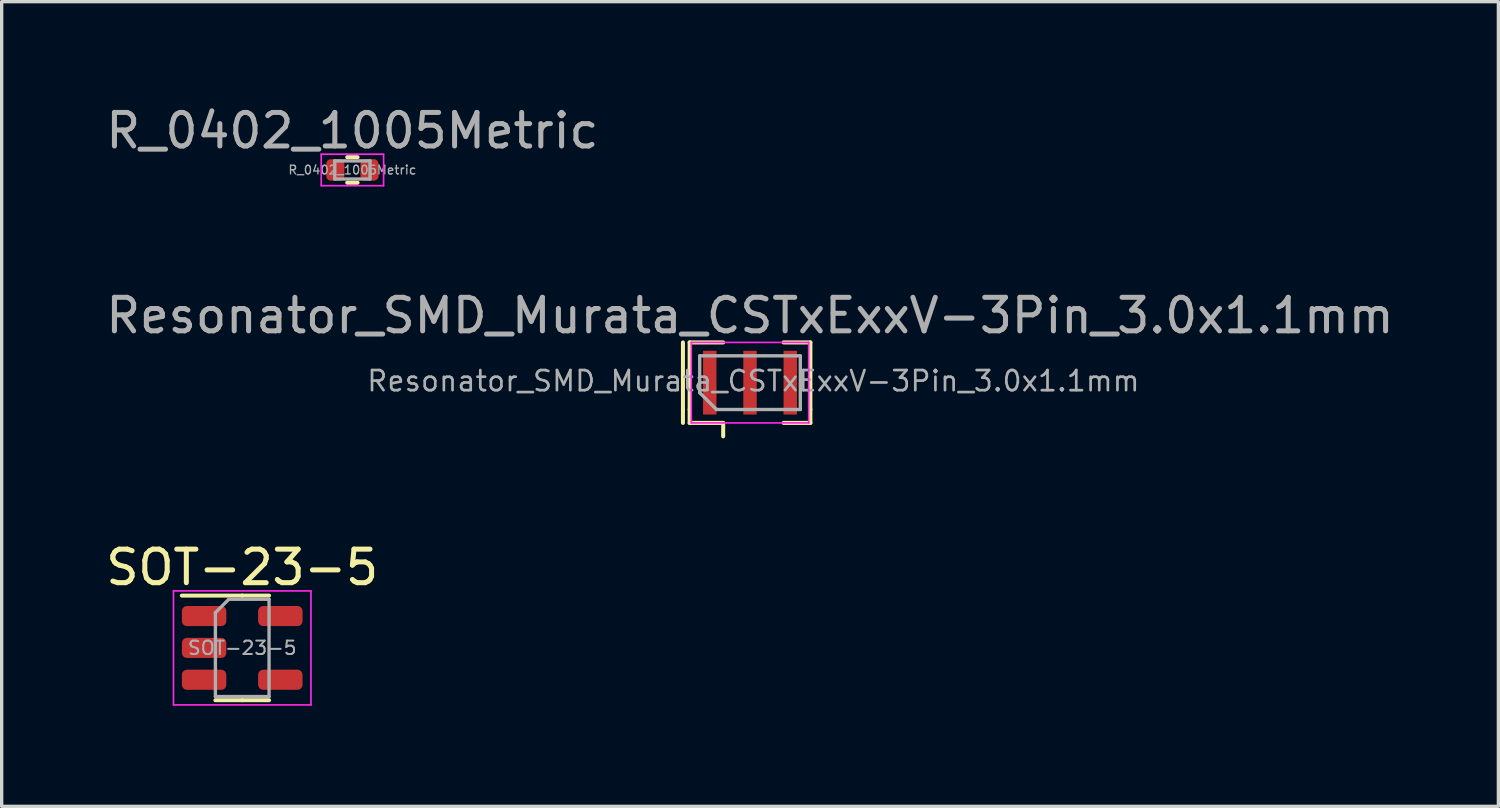
<source format=kicad_pcb>
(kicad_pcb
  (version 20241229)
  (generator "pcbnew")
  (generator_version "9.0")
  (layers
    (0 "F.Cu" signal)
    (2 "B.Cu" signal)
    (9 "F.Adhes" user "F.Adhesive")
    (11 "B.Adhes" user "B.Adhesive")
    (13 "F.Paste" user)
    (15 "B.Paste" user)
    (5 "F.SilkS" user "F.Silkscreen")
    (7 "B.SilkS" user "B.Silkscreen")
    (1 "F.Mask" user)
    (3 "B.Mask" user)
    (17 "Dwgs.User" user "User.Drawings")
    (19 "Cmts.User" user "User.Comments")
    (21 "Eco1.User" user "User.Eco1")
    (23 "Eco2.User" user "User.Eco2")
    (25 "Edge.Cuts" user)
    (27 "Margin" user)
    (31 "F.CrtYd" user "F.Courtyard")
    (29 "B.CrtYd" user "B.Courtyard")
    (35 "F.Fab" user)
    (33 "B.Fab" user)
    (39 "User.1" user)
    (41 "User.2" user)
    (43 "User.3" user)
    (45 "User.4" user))
  (footprint "Resonator_SMD_Murata_CSTxExxV-3Pin_3.0x1.1mm"
    (layer "F.Cu")
    (at 19.315 8.361)
    (property "Reference" "Resonator_SMD_Murata_CSTxExxV-3Pin_3.0x1.1mm" (at 0 -2 0) (layer "F.Fab") (effects (font (size 1 1) (thickness 0.15))))
    (attr smd)
    (fp_line (start -2 -1.2) (end -2 0.8) (stroke (width 0.12) (type solid)) (layer "F.SilkS"))
    (fp_line (start -2 0.8) (end -2 1.2) (stroke (width 0.12) (type solid)) (layer "F.SilkS"))
    (fp_line (start -1.8 -1.2) (end -0.8 -1.2) (stroke (width 0.12) (type solid)) (layer "F.SilkS"))
    (fp_line (start -1.8 0.8) (end -1.8 -1.2) (stroke (width 0.12) (type solid)) (layer "F.SilkS"))
    (fp_line (start -1.8 0.8) (end -1.8 1.2) (stroke (width 0.12) (type solid)) (layer "F.SilkS"))
    (fp_line (start -0.8 1.2) (end -1.8 1.2) (stroke (width 0.12) (type solid)) (layer "F.SilkS"))
    (fp_line (start -0.8 1.2) (end -0.8 1.6) (stroke (width 0.12) (type solid)) (layer "F.SilkS"))
    (fp_line (start 1 -1.2) (end 1.8 -1.2) (stroke (width 0.12) (type solid)) (layer "F.SilkS"))
    (fp_line (start 1.8 -1.2) (end 1.8 0.8) (stroke (width 0.12) (type solid)) (layer "F.SilkS"))
    (fp_line (start 1.8 0.8) (end 1.8 1.2) (stroke (width 0.12) (type solid)) (layer "F.SilkS"))
    (fp_line (start 1.8 1.2) (end 1 1.2) (stroke (width 0.12) (type solid)) (layer "F.SilkS"))
    (fp_line (start -1.75 -1.2) (end 1.75 -1.2) (stroke (width 0.05) (type solid)) (layer "F.CrtYd"))
    (fp_line (start -1.75 1.2) (end -1.75 -1.2) (stroke (width 0.05) (type solid)) (layer "F.CrtYd"))
    (fp_line (start 1.75 -1.2) (end 1.75 1.2) (stroke (width 0.05) (type solid)) (layer "F.CrtYd"))
    (fp_line (start 1.75 1.2) (end -1.75 1.2) (stroke (width 0.05) (type solid)) (layer "F.CrtYd"))
    (fp_line (start -1.5 0.3) (end -1.5 -0.8) (stroke (width 0.1) (type solid)) (layer "F.Fab"))
    (fp_line (start -1 0.8) (end -1.5 0.3) (stroke (width 0.1) (type solid)) (layer "F.Fab"))
    (fp_line (start -1 0.8) (end 1.5 0.8) (stroke (width 0.1) (type solid)) (layer "F.Fab"))
    (fp_line (start 1.5 -0.8) (end -1.5 -0.8) (stroke (width 0.1) (type solid)) (layer "F.Fab"))
    (fp_line (start 1.5 0.8) (end 1.5 -0.8) (stroke (width 0.1) (type solid)) (layer "F.Fab"))
    (fp_text user "${REFERENCE}" (at 0.1 -0.05 0) (layer "F.Fab") (effects (font (size 0.6 0.6) (thickness 0.08))))
    (pad "1" smd rect (at -1.2 0) (size 0.4 1.9) (layers "F.Cu" "F.Mask" "F.Paste"))
    (pad "2" smd rect (at 0 0) (size 0.4 1.9) (layers "F.Cu" "F.Mask" "F.Paste"))
    (pad "3" smd rect (at 1.2 0) (size 0.4 1.9) (layers "F.Cu" "F.Mask" "F.Paste")))
  (footprint "SOT-23-5"
    (layer "F.Cu")
    (at 4.173 16.27)
    (property "Reference" "SOT-23-5" (at 0 -2.4 180) (layer "F.SilkS") (effects (font (size 1 1) (thickness 0.15))))
    (attr smd)
    (fp_line (start 0 -1.56) (end -1.8 -1.56) (stroke (width 0.12) (type solid)) (layer "F.SilkS"))
    (fp_line (start 0 -1.56) (end 0.8 -1.56) (stroke (width 0.12) (type solid)) (layer "F.SilkS"))
    (fp_line (start 0 1.56) (end -0.8 1.56) (stroke (width 0.12) (type solid)) (layer "F.SilkS"))
    (fp_line (start 0 1.56) (end 0.8 1.56) (stroke (width 0.12) (type solid)) (layer "F.SilkS"))
    (fp_line (start -2.05 -1.7) (end -2.05 1.7) (stroke (width 0.05) (type solid)) (layer "F.CrtYd"))
    (fp_line (start -2.05 1.7) (end 2.05 1.7) (stroke (width 0.05) (type solid)) (layer "F.CrtYd"))
    (fp_line (start 2.05 -1.7) (end -2.05 -1.7) (stroke (width 0.05) (type solid)) (layer "F.CrtYd"))
    (fp_line (start 2.05 1.7) (end 2.05 -1.7) (stroke (width 0.05) (type solid)) (layer "F.CrtYd"))
    (fp_line (start -0.8 -1.05) (end -0.4 -1.45) (stroke (width 0.1) (type solid)) (layer "F.Fab"))
    (fp_line (start -0.8 1.45) (end -0.8 -1.05) (stroke (width 0.1) (type solid)) (layer "F.Fab"))
    (fp_line (start -0.4 -1.45) (end 0.8 -1.45) (stroke (width 0.1) (type solid)) (layer "F.Fab"))
    (fp_line (start 0.8 -1.45) (end 0.8 1.45) (stroke (width 0.1) (type solid)) (layer "F.Fab"))
    (fp_line (start 0.8 1.45) (end -0.8 1.45) (stroke (width 0.1) (type solid)) (layer "F.Fab"))
    (fp_text user "${REFERENCE}" (at 0 0 180) (layer "F.Fab") (effects (font (size 0.4 0.4) (thickness 0.06))))
    (pad "1" smd roundrect (at -1.137 -0.95) (size 1.325 0.6) (layers "F.Cu" "F.Mask" "F.Paste") (roundrect_rratio 0.25))
    (pad "2" smd roundrect (at -1.137 0) (size 1.325 0.6) (layers "F.Cu" "F.Mask" "F.Paste") (roundrect_rratio 0.25))
    (pad "3" smd roundrect (at -1.137 0.95) (size 1.325 0.6) (layers "F.Cu" "F.Mask" "F.Paste") (roundrect_rratio 0.25))
    (pad "4" smd roundrect (at 1.137 0.95) (size 1.325 0.6) (layers "F.Cu" "F.Mask" "F.Paste") (roundrect_rratio 0.25))
    (pad "5" smd roundrect (at 1.137 -0.95) (size 1.325 0.6) (layers "F.Cu" "F.Mask" "F.Paste") (roundrect_rratio 0.25)))
  (footprint "R_0402_1005Metric"
    (layer "F.Cu")
    (at 7.458 2.018)
    (property "Reference" "R_0402_1005Metric" (at 0 -1.17 0) (layer "F.Fab") (effects (font (size 1 1) (thickness 0.15))))
    (attr smd)
    (fp_line (start -0.154 -0.38) (end 0.154 -0.38) (stroke (width 0.12) (type solid)) (layer "F.SilkS"))
    (fp_line (start -0.154 0.38) (end 0.154 0.38) (stroke (width 0.12) (type solid)) (layer "F.SilkS"))
    (fp_line (start -0.93 -0.47) (end 0.93 -0.47) (stroke (width 0.05) (type solid)) (layer "F.CrtYd"))
    (fp_line (start -0.93 0.47) (end -0.93 -0.47) (stroke (width 0.05) (type solid)) (layer "F.CrtYd"))
    (fp_line (start 0.93 -0.47) (end 0.93 0.47) (stroke (width 0.05) (type solid)) (layer "F.CrtYd"))
    (fp_line (start 0.93 0.47) (end -0.93 0.47) (stroke (width 0.05) (type solid)) (layer "F.CrtYd"))
    (fp_line (start -0.525 -0.27) (end 0.525 -0.27) (stroke (width 0.1) (type solid)) (layer "F.Fab"))
    (fp_line (start -0.525 0.27) (end -0.525 -0.27) (stroke (width 0.1) (type solid)) (layer "F.Fab"))
    (fp_line (start 0.525 -0.27) (end 0.525 0.27) (stroke (width 0.1) (type solid)) (layer "F.Fab"))
    (fp_line (start 0.525 0.27) (end -0.525 0.27) (stroke (width 0.1) (type solid)) (layer "F.Fab"))
    (fp_text user "${REFERENCE}" (at 0 0 0) (layer "F.Fab") (effects (font (size 0.26 0.26) (thickness 0.04))))
    (pad "1" smd roundrect (at -0.51 0) (size 0.54 0.64) (layers "F.Cu" "F.Mask" "F.Paste") (roundrect_rratio 0.25))
    (pad "2" smd roundrect (at 0.51 0) (size 0.54 0.64) (layers "F.Cu" "F.Mask" "F.Paste") (roundrect_rratio 0.25)))
  (gr_rect
    (start -3 -3)
    (end 41.631 20.995)
    (stroke (width 0.1) (type default))
    (fill no)
    (layer "Edge.Cuts")))
</source>
